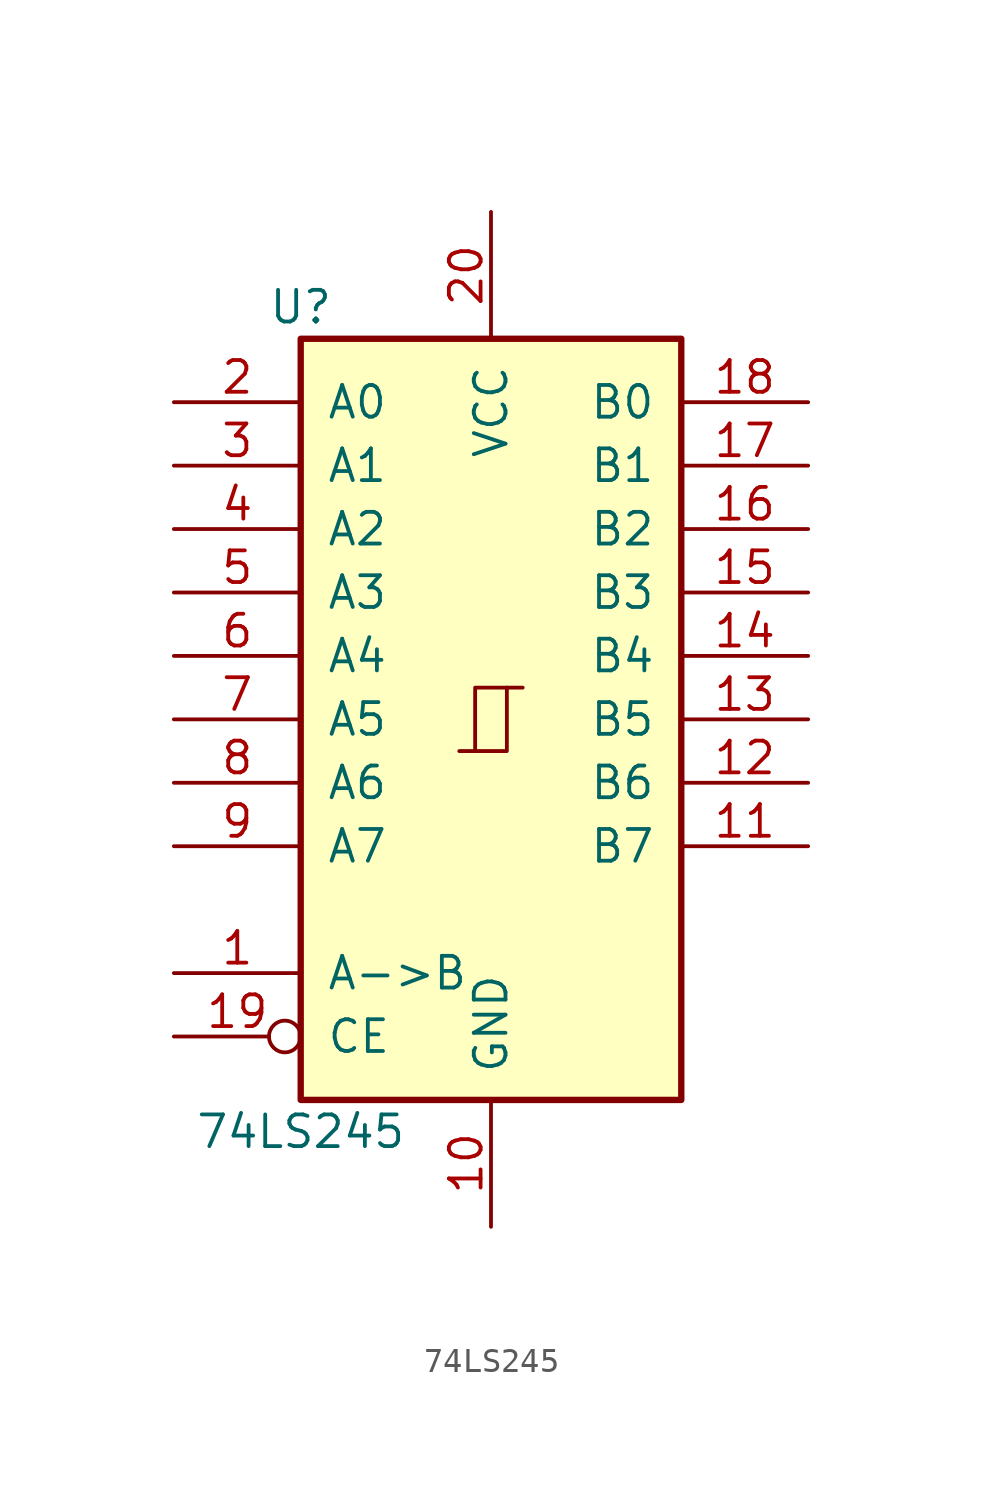
<source format=kicad_sym>
(kicad_symbol_lib
  (version 20220914)
  (generator kicad_symbol_editor)
  (symbol "74LS245"
    (pin_names
      (offset 1.016))
    (property "Reference" "U"
      (at -7.62 16.51 0)
      (effects (font (size 1.27 1.27))))
    (property "Value" "74LS245"
      (at -7.62 -16.51 0)
      (effects (font (size 1.27 1.27))))
    (property "ki_locked" ""
      (at 0 0 0)
      (effects (font (size 1.27 1.27))))
    (symbol "74LS245_1_0"
      (polyline (pts (xy -0.635 -1.27) (xy -0.635 1.27) (xy 0.635 1.27)) (stroke (width 0) (type default)) (fill (type none)))
      (polyline (pts (xy -1.27 -1.27) (xy 0.635 -1.27) (xy 0.635 1.27) (xy 1.27 1.27)) (stroke (width 0) (type default)) (fill (type none)))
      (pin input line (at -12.7 -10.16 0) (length 5.08) (name "A->B" (effects (font (size 1.27 1.27)))) (number "1" (effects (font (size 1.27 1.27)))))
      (pin power_in line (at 0 -20.32 90) (length 5.08) (name "GND" (effects (font (size 1.27 1.27)))) (number "10" (effects (font (size 1.27 1.27)))))
      (pin tri_state line (at 12.7 -5.08 180) (length 5.08) (name "B7" (effects (font (size 1.27 1.27)))) (number "11" (effects (font (size 1.27 1.27)))))
      (pin tri_state line (at 12.7 -2.54 180) (length 5.08) (name "B6" (effects (font (size 1.27 1.27)))) (number "12" (effects (font (size 1.27 1.27)))))
      (pin tri_state line (at 12.7 0 180) (length 5.08) (name "B5" (effects (font (size 1.27 1.27)))) (number "13" (effects (font (size 1.27 1.27)))))
      (pin tri_state line (at 12.7 2.54 180) (length 5.08) (name "B4" (effects (font (size 1.27 1.27)))) (number "14" (effects (font (size 1.27 1.27)))))
      (pin tri_state line (at 12.7 5.08 180) (length 5.08) (name "B3" (effects (font (size 1.27 1.27)))) (number "15" (effects (font (size 1.27 1.27)))))
      (pin tri_state line (at 12.7 7.62 180) (length 5.08) (name "B2" (effects (font (size 1.27 1.27)))) (number "16" (effects (font (size 1.27 1.27)))))
      (pin tri_state line (at 12.7 10.16 180) (length 5.08) (name "B1" (effects (font (size 1.27 1.27)))) (number "17" (effects (font (size 1.27 1.27)))))
      (pin tri_state line (at 12.7 12.7 180) (length 5.08) (name "B0" (effects (font (size 1.27 1.27)))) (number "18" (effects (font (size 1.27 1.27)))))
      (pin input inverted (at -12.7 -12.7 0) (length 5.08) (name "CE" (effects (font (size 1.27 1.27)))) (number "19" (effects (font (size 1.27 1.27)))))
      (pin tri_state line (at -12.7 12.7 0) (length 5.08) (name "A0" (effects (font (size 1.27 1.27)))) (number "2" (effects (font (size 1.27 1.27)))))
      (pin power_in line (at 0 20.32 270) (length 5.08) (name "VCC" (effects (font (size 1.27 1.27)))) (number "20" (effects (font (size 1.27 1.27)))))
      (pin tri_state line (at -12.7 10.16 0) (length 5.08) (name "A1" (effects (font (size 1.27 1.27)))) (number "3" (effects (font (size 1.27 1.27)))))
      (pin tri_state line (at -12.7 7.62 0) (length 5.08) (name "A2" (effects (font (size 1.27 1.27)))) (number "4" (effects (font (size 1.27 1.27)))))
      (pin tri_state line (at -12.7 5.08 0) (length 5.08) (name "A3" (effects (font (size 1.27 1.27)))) (number "5" (effects (font (size 1.27 1.27)))))
      (pin tri_state line (at -12.7 2.54 0) (length 5.08) (name "A4" (effects (font (size 1.27 1.27)))) (number "6" (effects (font (size 1.27 1.27)))))
      (pin tri_state line (at -12.7 0 0) (length 5.08) (name "A5" (effects (font (size 1.27 1.27)))) (number "7" (effects (font (size 1.27 1.27)))))
      (pin tri_state line (at -12.7 -2.54 0) (length 5.08) (name "A6" (effects (font (size 1.27 1.27)))) (number "8" (effects (font (size 1.27 1.27)))))
      (pin tri_state line (at -12.7 -5.08 0) (length 5.08) (name "A7" (effects (font (size 1.27 1.27)))) (number "9" (effects (font (size 1.27 1.27))))))
    (symbol "74LS245_1_1"
      (rectangle (start -7.62 15.24) (end 7.62 -15.24) (stroke (width 0.254) (type default)) (fill (type background))))))
</source>
